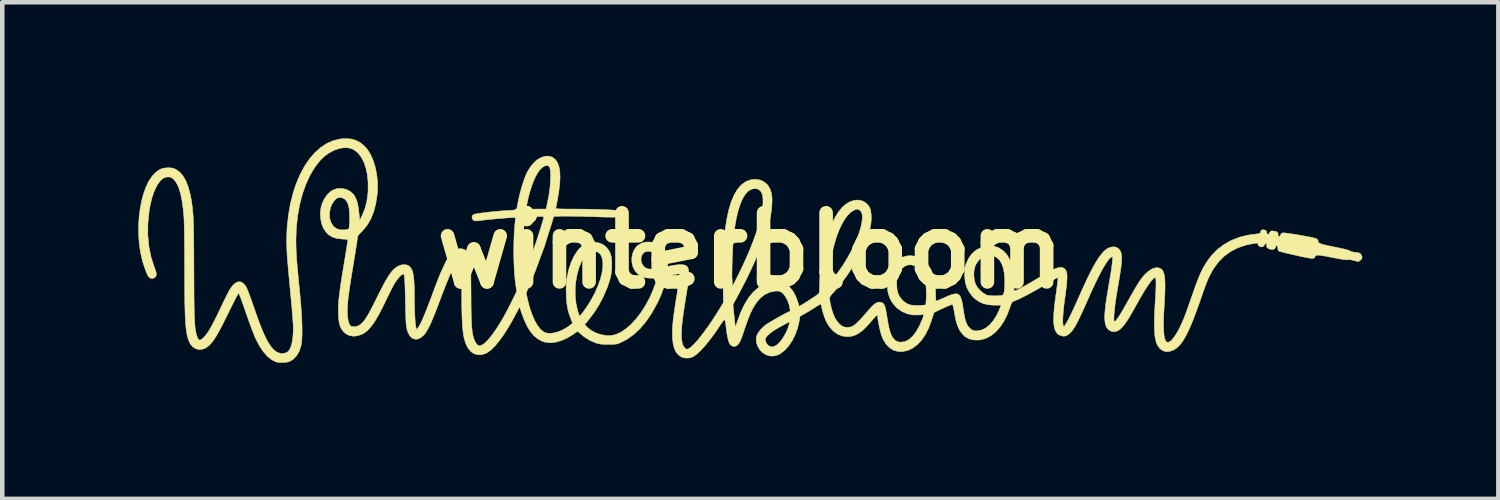
<source format=kicad_pcb>
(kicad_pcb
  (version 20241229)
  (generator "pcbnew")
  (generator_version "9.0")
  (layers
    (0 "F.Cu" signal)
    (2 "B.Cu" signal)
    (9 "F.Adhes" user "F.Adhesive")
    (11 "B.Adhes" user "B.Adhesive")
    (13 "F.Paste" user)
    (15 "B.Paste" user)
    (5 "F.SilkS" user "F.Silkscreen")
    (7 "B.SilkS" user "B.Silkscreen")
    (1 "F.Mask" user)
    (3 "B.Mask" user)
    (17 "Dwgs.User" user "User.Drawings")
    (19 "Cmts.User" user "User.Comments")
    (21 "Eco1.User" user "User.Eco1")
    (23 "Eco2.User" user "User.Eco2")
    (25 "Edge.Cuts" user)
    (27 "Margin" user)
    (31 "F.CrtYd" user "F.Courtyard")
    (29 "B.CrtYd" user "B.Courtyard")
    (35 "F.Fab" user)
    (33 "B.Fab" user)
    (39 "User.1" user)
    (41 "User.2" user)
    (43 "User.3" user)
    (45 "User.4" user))
  (footprint "winterbloom"
    (layer "F.Cu")
    (at 13.494 2.476)
    (property "Reference" "winterbloom" (at 0 0 0) (layer "F.SilkS") (effects (font (size 1.524 1.524) (thickness 0.3))))
    (attr through_hole)
    (fp_poly (pts (xy -8.809 -2.463) (xy -8.702 -2.434) (xy -8.605 -2.384) (xy -8.523 -2.319) (xy -8.443 -2.231) (xy -8.374 -2.119) (xy -8.316 -1.988) (xy -8.271 -1.843) (xy -8.239 -1.686) (xy -8.221 -1.522) (xy -8.219 -1.355) (xy -8.227 -1.241) (xy -8.258 -1.038) (xy -8.305 -0.856) (xy -8.37 -0.696) (xy -8.453 -0.556) (xy -8.553 -0.435) (xy -8.572 -0.416) (xy -8.614 -0.374) (xy -8.641 -0.344) (xy -8.656 -0.316) (xy -8.664 -0.283) (xy -8.669 -0.236) (xy -8.67 -0.232) (xy -8.674 -0.195) (xy -8.683 -0.135) (xy -8.696 -0.054) (xy -8.711 0.043) (xy -8.729 0.152) (xy -8.748 0.268) (xy -8.764 0.367) (xy -8.785 0.493) (xy -8.806 0.62) (xy -8.825 0.743) (xy -8.842 0.856) (xy -8.856 0.955) (xy -8.866 1.034) (xy -8.871 1.072) (xy -8.882 1.212) (xy -8.886 1.338) (xy -8.881 1.447) (xy -8.869 1.538) (xy -8.849 1.607) (xy -8.822 1.652) (xy -8.805 1.666) (xy -8.753 1.679) (xy -8.692 1.673) (xy -8.631 1.65) (xy -8.622 1.644) (xy -8.585 1.617) (xy -8.549 1.584) (xy -8.512 1.54) (xy -8.473 1.484) (xy -8.43 1.412) (xy -8.38 1.324) (xy -8.323 1.214) (xy -8.257 1.082) (xy -8.245 1.058) (xy -8.17 0.908) (xy -8.105 0.781) (xy -8.048 0.675) (xy -7.997 0.588) (xy -7.951 0.518) (xy -7.908 0.461) (xy -7.867 0.416) (xy -7.825 0.38) (xy -7.781 0.35) (xy -7.75 0.333) (xy -7.695 0.315) (xy -7.632 0.309) (xy -7.575 0.315) (xy -7.548 0.325) (xy -7.513 0.35) (xy -7.483 0.384) (xy -7.459 0.429) (xy -7.441 0.489) (xy -7.427 0.566) (xy -7.417 0.662) (xy -7.411 0.779) (xy -7.408 0.921) (xy -7.408 1.005) (xy -7.407 1.142) (xy -7.404 1.272) (xy -7.4 1.392) (xy -7.394 1.498) (xy -7.388 1.587) (xy -7.38 1.655) (xy -7.371 1.7) (xy -7.369 1.707) (xy -7.357 1.74) (xy -7.328 1.699) (xy -7.305 1.665) (xy -7.282 1.625) (xy -7.258 1.577) (xy -7.23 1.519) (xy -7.2 1.447) (xy -7.164 1.361) (xy -7.123 1.257) (xy -7.076 1.133) (xy -7.021 0.988) (xy -6.958 0.818) (xy -6.956 0.811) (xy -6.895 0.652) (xy -6.835 0.506) (xy -6.777 0.374) (xy -6.723 0.261) (xy -6.673 0.168) (xy -6.628 0.098) (xy -6.605 0.069) (xy -6.539 0.008) (xy -6.47 -0.031) (xy -6.4 -0.045) (xy -6.334 -0.035) (xy -6.293 -0.014) (xy -6.26 0.014) (xy -6.235 0.05) (xy -6.214 0.099) (xy -6.195 0.167) (xy -6.186 0.205) (xy -6.18 0.235) (xy -6.175 0.269) (xy -6.171 0.308) (xy -6.168 0.356) (xy -6.165 0.416) (xy -6.163 0.49) (xy -6.162 0.582) (xy -6.161 0.694) (xy -6.16 0.829) (xy -6.159 0.967) (xy -6.158 1.143) (xy -6.157 1.294) (xy -6.154 1.422) (xy -6.151 1.531) (xy -6.147 1.622) (xy -6.142 1.698) (xy -6.135 1.763) (xy -6.127 1.819) (xy -6.117 1.869) (xy -6.105 1.915) (xy -6.102 1.925) (xy -6.077 1.992) (xy -6.045 2.047) (xy -6.011 2.085) (xy -5.988 2.097) (xy -5.945 2.094) (xy -5.892 2.066) (xy -5.831 2.016) (xy -5.763 1.943) (xy -5.689 1.85) (xy -5.61 1.738) (xy -5.527 1.609) (xy -5.441 1.464) (xy -5.354 1.304) (xy -5.267 1.132) (xy -5.258 1.114) (xy -5.152 0.896) (xy -5.172 0.77) (xy -5.189 0.632) (xy -5.203 0.472) (xy -5.212 0.297) (xy -5.217 0.113) (xy -5.217 0.057) (xy -5.011 0.057) (xy -5.011 0.166) (xy -5.009 0.265) (xy -5.006 0.351) (xy -5.002 0.42) (xy -5.001 0.428) (xy -4.991 0.526) (xy -4.93 0.372) (xy -4.903 0.304) (xy -4.87 0.218) (xy -4.835 0.124) (xy -4.8 0.029) (xy -4.784 -0.015) (xy -4.753 -0.105) (xy -4.72 -0.201) (xy -4.687 -0.3) (xy -4.656 -0.398) (xy -4.626 -0.49) (xy -4.601 -0.574) (xy -4.58 -0.644) (xy -4.565 -0.697) (xy -4.558 -0.729) (xy -4.558 -0.734) (xy -4.561 -0.743) (xy -4.571 -0.749) (xy -4.595 -0.752) (xy -4.634 -0.753) (xy -4.695 -0.752) (xy -4.759 -0.751) (xy -4.831 -0.747) (xy -4.894 -0.743) (xy -4.94 -0.738) (xy -4.965 -0.733) (xy -4.968 -0.732) (xy -4.975 -0.707) (xy -4.982 -0.657) (xy -4.989 -0.587) (xy -4.994 -0.5) (xy -5 -0.4) (xy -5.004 -0.29) (xy -5.007 -0.175) (xy -5.009 -0.058) (xy -5.011 0.057) (xy -5.217 0.057) (xy -5.217 -0.073) (xy -5.213 -0.257) (xy -5.205 -0.43) (xy -5.193 -0.577) (xy -5.187 -0.638) (xy -5.183 -0.688) (xy -5.183 -0.72) (xy -5.184 -0.729) (xy -5.2 -0.731) (xy -5.239 -0.729) (xy -5.298 -0.726) (xy -5.372 -0.721) (xy -5.456 -0.714) (xy -5.546 -0.707) (xy -5.638 -0.699) (xy -5.726 -0.69) (xy -5.808 -0.682) (xy -5.878 -0.674) (xy -5.917 -0.669) (xy -5.986 -0.66) (xy -6.033 -0.655) (xy -6.064 -0.655) (xy -6.085 -0.66) (xy -6.103 -0.669) (xy -6.104 -0.67) (xy -6.132 -0.702) (xy -6.139 -0.742) (xy -6.124 -0.779) (xy -6.107 -0.796) (xy -6.082 -0.804) (xy -6.034 -0.814) (xy -5.966 -0.825) (xy -5.883 -0.836) (xy -5.789 -0.847) (xy -5.688 -0.858) (xy -5.585 -0.868) (xy -5.485 -0.876) (xy -5.405 -0.882) (xy -5.315 -0.887) (xy -5.25 -0.891) (xy -5.205 -0.897) (xy -5.175 -0.907) (xy -5.158 -0.921) (xy -5.15 -0.937) (xy -4.938 -0.937) (xy -4.934 -0.914) (xy -4.923 -0.907) (xy -4.917 -0.909) (xy -4.895 -0.912) (xy -4.851 -0.914) (xy -4.79 -0.916) (xy -4.719 -0.917) (xy -4.7 -0.917) (xy -4.506 -0.917) (xy -4.489 -0.991) (xy -4.445 -1.202) (xy -4.418 -1.399) (xy -4.407 -1.559) (xy -4.405 -1.667) (xy -4.408 -1.748) (xy -4.417 -1.808) (xy -4.431 -1.847) (xy -4.453 -1.868) (xy -4.471 -1.874) (xy -4.529 -1.869) (xy -4.587 -1.836) (xy -4.644 -1.779) (xy -4.701 -1.697) (xy -4.755 -1.594) (xy -4.807 -1.47) (xy -4.854 -1.326) (xy -4.897 -1.165) (xy -4.903 -1.136) (xy -4.923 -1.046) (xy -4.934 -0.981) (xy -4.938 -0.937) (xy -5.15 -0.937) (xy -5.148 -0.942) (xy -5.142 -0.971) (xy -5.137 -0.999) (xy -5.112 -1.126) (xy -5.081 -1.258) (xy -5.045 -1.39) (xy -5.006 -1.515) (xy -4.966 -1.626) (xy -4.927 -1.717) (xy -4.917 -1.737) (xy -4.87 -1.816) (xy -4.814 -1.893) (xy -4.753 -1.959) (xy -4.697 -2.008) (xy -4.695 -2.008) (xy -4.604 -2.058) (xy -4.517 -2.083) (xy -4.435 -2.083) (xy -4.361 -2.058) (xy -4.299 -2.008) (xy -4.257 -1.949) (xy -4.222 -1.861) (xy -4.202 -1.752) (xy -4.196 -1.619) (xy -4.204 -1.464) (xy -4.226 -1.284) (xy -4.255 -1.115) (xy -4.268 -1.047) (xy -4.279 -0.99) (xy -4.287 -0.949) (xy -4.29 -0.929) (xy -4.29 -0.928) (xy -4.276 -0.925) (xy -4.238 -0.922) (xy -4.179 -0.92) (xy -4.103 -0.918) (xy -4.012 -0.917) (xy -3.912 -0.917) (xy -3.905 -0.917) (xy -3.748 -0.916) (xy -3.596 -0.914) (xy -3.451 -0.911) (xy -3.318 -0.907) (xy -3.197 -0.903) (xy -3.093 -0.898) (xy -3.006 -0.892) (xy -2.941 -0.886) (xy -2.899 -0.879) (xy -2.885 -0.874) (xy -2.867 -0.844) (xy -2.865 -0.804) (xy -2.876 -0.767) (xy -2.895 -0.747) (xy -2.91 -0.743) (xy -2.94 -0.74) (xy -2.987 -0.738) (xy -3.052 -0.738) (xy -3.138 -0.739) (xy -3.246 -0.741) (xy -3.38 -0.745) (xy -3.47 -0.748) (xy -3.599 -0.751) (xy -3.726 -0.755) (xy -3.846 -0.757) (xy -3.956 -0.759) (xy -4.05 -0.76) (xy -4.125 -0.76) (xy -4.175 -0.76) (xy -4.336 -0.755) (xy -4.377 -0.614) (xy -4.543 -0.088) (xy -4.734 0.429) (xy -4.841 0.69) (xy -4.944 0.934) (xy -4.912 1.075) (xy -4.868 1.248) (xy -4.816 1.401) (xy -4.76 1.533) (xy -4.698 1.643) (xy -4.632 1.728) (xy -4.563 1.788) (xy -4.54 1.801) (xy -4.473 1.822) (xy -4.39 1.823) (xy -4.298 1.807) (xy -4.199 1.774) (xy -4.1 1.727) (xy -4.004 1.666) (xy -3.96 1.632) (xy -3.92 1.598) (xy -3.957 1.504) (xy -3.994 1.405) (xy -4.021 1.314) (xy -4.039 1.222) (xy -4.052 1.121) (xy -4.059 1.002) (xy -4.06 0.964) (xy -4.063 0.858) (xy -4.062 0.842) (xy -3.862 0.842) (xy -3.861 1.006) (xy -3.844 1.164) (xy -3.812 1.312) (xy -3.782 1.404) (xy -3.765 1.446) (xy -3.723 1.397) (xy -3.696 1.364) (xy -3.66 1.315) (xy -3.62 1.258) (xy -3.595 1.221) (xy -3.504 1.073) (xy -3.425 0.923) (xy -3.36 0.774) (xy -3.308 0.63) (xy -3.273 0.493) (xy -3.254 0.368) (xy -3.253 0.259) (xy -3.258 0.215) (xy -3.281 0.131) (xy -3.313 0.071) (xy -3.359 0.034) (xy -3.421 0.016) (xy -3.46 0.014) (xy -3.531 0.027) (xy -3.596 0.064) (xy -3.655 0.129) (xy -3.656 0.13) (xy -3.724 0.242) (xy -3.779 0.374) (xy -3.82 0.522) (xy -3.848 0.679) (xy -3.862 0.842) (xy -4.062 0.842) (xy -4.062 0.771) (xy -4.057 0.696) (xy -4.049 0.624) (xy -4.044 0.594) (xy -4.005 0.416) (xy -3.951 0.255) (xy -3.884 0.113) (xy -3.804 -0.006) (xy -3.771 -0.044) (xy -3.698 -0.113) (xy -3.626 -0.158) (xy -3.548 -0.182) (xy -3.464 -0.188) (xy -3.354 -0.175) (xy -3.259 -0.139) (xy -3.179 -0.079) (xy -3.116 0.002) (xy -3.083 0.072) (xy -3.066 0.141) (xy -3.057 0.229) (xy -3.055 0.329) (xy -3.06 0.433) (xy -3.073 0.534) (xy -3.088 0.605) (xy -3.15 0.8) (xy -3.234 0.998) (xy -3.336 1.193) (xy -3.453 1.377) (xy -3.576 1.538) (xy -3.654 1.63) (xy -3.594 1.691) (xy -3.512 1.757) (xy -3.411 1.811) (xy -3.299 1.85) (xy -3.184 1.871) (xy -3.073 1.872) (xy -3.063 1.871) (xy -2.959 1.846) (xy -2.851 1.796) (xy -2.742 1.722) (xy -2.632 1.627) (xy -2.525 1.511) (xy -2.422 1.379) (xy -2.325 1.231) (xy -2.236 1.069) (xy -2.216 1.028) (xy -2.191 0.974) (xy -2.164 0.909) (xy -2.136 0.838) (xy -2.11 0.769) (xy -2.087 0.705) (xy -2.07 0.654) (xy -2.061 0.62) (xy -2.06 0.613) (xy -2.073 0.61) (xy -2.108 0.608) (xy -2.159 0.607) (xy -2.186 0.607) (xy -2.283 0.602) (xy -2.362 0.584) (xy -2.429 0.553) (xy -2.489 0.507) (xy -2.55 0.437) (xy -2.591 0.352) (xy -2.612 0.259) (xy -2.614 0.208) (xy -2.411 0.208) (xy -2.396 0.274) (xy -2.363 0.334) (xy -2.316 0.377) (xy -2.255 0.402) (xy -2.176 0.409) (xy -2.086 0.4) (xy -2.052 0.39) (xy -2.032 0.369) (xy -2.025 0.332) (xy -2.028 0.276) (xy -2.034 0.235) (xy -2.052 0.154) (xy -2.078 0.096) (xy -2.115 0.055) (xy -2.135 0.042) (xy -2.186 0.022) (xy -2.246 0.015) (xy -2.302 0.021) (xy -2.339 0.036) (xy -2.383 0.083) (xy -2.407 0.142) (xy -2.411 0.208) (xy -2.614 0.208) (xy -2.615 0.163) (xy -2.598 0.069) (xy -2.563 -0.017) (xy -2.509 -0.091) (xy -2.468 -0.126) (xy -2.385 -0.17) (xy -2.293 -0.191) (xy -2.198 -0.189) (xy -2.105 -0.166) (xy -2.02 -0.123) (xy -1.946 -0.061) (xy -1.89 0.017) (xy -1.888 0.021) (xy -1.858 0.094) (xy -1.835 0.18) (xy -1.822 0.263) (xy -1.821 0.291) (xy -1.82 0.349) (xy -1.73 0.33) (xy -1.636 0.315) (xy -1.551 0.308) (xy -1.481 0.311) (xy -1.431 0.323) (xy -1.421 0.329) (xy -1.397 0.348) (xy -1.379 0.375) (xy -1.367 0.41) (xy -1.36 0.457) (xy -1.358 0.517) (xy -1.362 0.594) (xy -1.372 0.689) (xy -1.387 0.805) (xy -1.409 0.944) (xy -1.432 1.087) (xy -1.462 1.277) (xy -1.486 1.443) (xy -1.504 1.586) (xy -1.515 1.709) (xy -1.52 1.814) (xy -1.519 1.903) (xy -1.513 1.979) (xy -1.5 2.044) (xy -1.496 2.06) (xy -1.475 2.107) (xy -1.445 2.146) (xy -1.412 2.169) (xy -1.396 2.173) (xy -1.359 2.161) (xy -1.31 2.126) (xy -1.25 2.07) (xy -1.181 1.995) (xy -1.105 1.903) (xy -1.022 1.795) (xy -0.934 1.674) (xy -0.843 1.541) (xy -0.75 1.397) (xy -0.705 1.325) (xy -0.596 1.147) (xy -0.603 0.683) (xy -0.604 0.493) (xy -0.406 0.493) (xy -0.406 0.581) (xy -0.403 0.642) (xy -0.392 0.783) (xy -0.287 0.574) (xy -0.242 0.482) (xy -0.192 0.379) (xy -0.143 0.275) (xy -0.101 0.182) (xy -0.093 0.165) (xy -0.015 -0.016) (xy 0.057 -0.198) (xy 0.121 -0.374) (xy 0.174 -0.536) (xy 0.189 -0.589) (xy 0.234 -0.762) (xy 0.264 -0.915) (xy 0.278 -1.047) (xy 0.277 -1.156) (xy 0.261 -1.243) (xy 0.229 -1.308) (xy 0.182 -1.35) (xy 0.12 -1.368) (xy 0.1 -1.369) (xy 0.024 -1.355) (xy -0.046 -1.314) (xy -0.111 -1.245) (xy -0.17 -1.15) (xy -0.223 -1.027) (xy -0.271 -0.878) (xy -0.312 -0.703) (xy -0.347 -0.502) (xy -0.359 -0.409) (xy -0.368 -0.326) (xy -0.377 -0.224) (xy -0.385 -0.108) (xy -0.392 0.016) (xy -0.398 0.144) (xy -0.402 0.269) (xy -0.405 0.388) (xy -0.406 0.493) (xy -0.604 0.493) (xy -0.604 0.351) (xy -0.596 0.046) (xy -0.579 -0.232) (xy -0.554 -0.484) (xy -0.518 -0.709) (xy -0.474 -0.909) (xy -0.421 -1.081) (xy -0.358 -1.228) (xy -0.287 -1.349) (xy -0.206 -1.444) (xy -0.116 -1.513) (xy -0.075 -1.534) (xy 0.021 -1.565) (xy 0.118 -1.573) (xy 0.211 -1.558) (xy 0.295 -1.521) (xy 0.365 -1.465) (xy 0.405 -1.412) (xy 0.439 -1.345) (xy 0.462 -1.273) (xy 0.475 -1.191) (xy 0.478 -1.092) (xy 0.475 -1.016) (xy 0.464 -0.887) (xy 0.441 -0.751) (xy 0.408 -0.605) (xy 0.361 -0.445) (xy 0.301 -0.269) (xy 0.227 -0.072) (xy 0.218 -0.049) (xy 0.075 0.289) (xy -0.089 0.634) (xy -0.235 0.915) (xy -0.384 1.188) (xy -0.36 1.43) (xy -0.351 1.509) (xy -0.344 1.578) (xy -0.338 1.632) (xy -0.333 1.666) (xy -0.331 1.677) (xy -0.326 1.666) (xy -0.313 1.635) (xy -0.297 1.588) (xy -0.289 1.564) (xy -0.214 1.362) (xy -0.131 1.187) (xy -0.04 1.039) (xy 0.06 0.917) (xy 0.167 0.821) (xy 0.284 0.751) (xy 0.41 0.707) (xy 0.546 0.688) (xy 0.572 0.687) (xy 0.679 0.698) (xy 0.776 0.735) (xy 0.861 0.798) (xy 0.935 0.886) (xy 0.998 1) (xy 1.044 1.126) (xy 1.075 1.227) (xy 1.141 1.19) (xy 1.179 1.167) (xy 1.231 1.134) (xy 1.293 1.095) (xy 1.356 1.053) (xy 1.416 1.013) (xy 1.465 0.98) (xy 1.497 0.957) (xy 1.499 0.955) (xy 1.51 0.942) (xy 1.518 0.92) (xy 1.522 0.885) (xy 1.524 0.831) (xy 1.524 0.782) (xy 1.526 0.727) (xy 1.733 0.727) (xy 1.77 0.684) (xy 1.793 0.656) (xy 1.829 0.612) (xy 1.871 0.558) (xy 1.91 0.507) (xy 2.014 0.362) (xy 2.112 0.207) (xy 2.203 0.047) (xy 2.284 -0.113) (xy 2.352 -0.27) (xy 2.406 -0.418) (xy 2.444 -0.553) (xy 2.455 -0.61) (xy 2.467 -0.707) (xy 2.467 -0.782) (xy 2.454 -0.838) (xy 2.428 -0.878) (xy 2.397 -0.902) (xy 2.371 -0.913) (xy 2.346 -0.914) (xy 2.31 -0.903) (xy 2.297 -0.898) (xy 2.224 -0.857) (xy 2.153 -0.789) (xy 2.084 -0.699) (xy 2.019 -0.588) (xy 1.958 -0.459) (xy 1.903 -0.315) (xy 1.854 -0.157) (xy 1.812 0.011) (xy 1.779 0.186) (xy 1.755 0.367) (xy 1.741 0.55) (xy 1.733 0.727) (xy 1.526 0.727) (xy 1.531 0.569) (xy 1.549 0.357) (xy 1.578 0.15) (xy 1.618 -0.05) (xy 1.667 -0.241) (xy 1.725 -0.419) (xy 1.791 -0.582) (xy 1.863 -0.727) (xy 1.941 -0.853) (xy 2.025 -0.955) (xy 2.097 -1.019) (xy 2.188 -1.075) (xy 2.281 -1.107) (xy 2.371 -1.116) (xy 2.456 -1.101) (xy 2.532 -1.064) (xy 2.595 -1.004) (xy 2.629 -0.953) (xy 2.651 -0.889) (xy 2.663 -0.805) (xy 2.666 -0.71) (xy 2.659 -0.608) (xy 2.641 -0.509) (xy 2.639 -0.5) (xy 2.576 -0.292) (xy 2.49 -0.077) (xy 2.382 0.142) (xy 2.257 0.359) (xy 2.115 0.57) (xy 1.96 0.772) (xy 1.85 0.9) (xy 1.803 0.951) (xy 1.773 0.988) (xy 1.756 1.015) (xy 1.748 1.038) (xy 1.747 1.063) (xy 1.748 1.076) (xy 1.758 1.144) (xy 1.776 1.228) (xy 1.801 1.317) (xy 1.828 1.4) (xy 1.856 1.467) (xy 1.86 1.476) (xy 1.903 1.547) (xy 1.955 1.609) (xy 2.01 1.656) (xy 2.051 1.678) (xy 2.122 1.692) (xy 2.199 1.686) (xy 2.255 1.666) (xy 2.305 1.632) (xy 2.37 1.573) (xy 2.45 1.49) (xy 2.544 1.384) (xy 2.586 1.334) (xy 2.657 1.252) (xy 2.718 1.193) (xy 2.77 1.155) (xy 2.817 1.136) (xy 2.862 1.135) (xy 2.876 1.137) (xy 2.907 1.149) (xy 2.932 1.168) (xy 2.952 1.198) (xy 2.969 1.243) (xy 2.985 1.307) (xy 3.001 1.393) (xy 3.012 1.462) (xy 3.034 1.592) (xy 3.055 1.697) (xy 3.078 1.782) (xy 3.102 1.85) (xy 3.129 1.903) (xy 3.141 1.921) (xy 3.19 1.977) (xy 3.247 2.008) (xy 3.319 2.018) (xy 3.325 2.018) (xy 3.411 2.004) (xy 3.493 1.962) (xy 3.572 1.893) (xy 3.647 1.797) (xy 3.718 1.674) (xy 3.726 1.658) (xy 3.755 1.595) (xy 3.781 1.535) (xy 3.801 1.486) (xy 3.808 1.463) (xy 3.822 1.409) (xy 3.721 1.418) (xy 3.587 1.418) (xy 3.459 1.392) (xy 3.342 1.342) (xy 3.238 1.27) (xy 3.211 1.244) (xy 3.129 1.147) (xy 3.071 1.041) (xy 3.034 0.922) (xy 3.018 0.787) (xy 3.017 0.734) (xy 3.017 0.709) (xy 3.225 0.709) (xy 3.225 0.727) (xy 3.231 0.836) (xy 3.249 0.926) (xy 3.283 1.002) (xy 3.333 1.07) (xy 3.352 1.091) (xy 3.413 1.144) (xy 3.476 1.18) (xy 3.548 1.201) (xy 3.635 1.209) (xy 3.708 1.209) (xy 3.769 1.206) (xy 3.82 1.202) (xy 3.853 1.197) (xy 3.863 1.194) (xy 3.867 1.176) (xy 3.871 1.136) (xy 3.875 1.079) (xy 3.878 1.01) (xy 3.878 0.99) (xy 3.875 0.823) (xy 3.858 0.68) (xy 3.825 0.561) (xy 3.778 0.464) (xy 3.715 0.391) (xy 3.638 0.339) (xy 3.634 0.337) (xy 3.552 0.313) (xy 3.473 0.316) (xy 3.399 0.345) (xy 3.333 0.399) (xy 3.276 0.477) (xy 3.257 0.515) (xy 3.241 0.554) (xy 3.231 0.594) (xy 3.226 0.643) (xy 3.225 0.709) (xy 3.017 0.709) (xy 3.018 0.652) (xy 3.024 0.588) (xy 3.036 0.532) (xy 3.047 0.494) (xy 3.1 0.373) (xy 3.169 0.273) (xy 3.251 0.197) (xy 3.347 0.144) (xy 3.455 0.116) (xy 3.522 0.111) (xy 3.638 0.122) (xy 3.738 0.155) (xy 3.826 0.213) (xy 3.904 0.297) (xy 3.915 0.31) (xy 3.981 0.417) (xy 4.03 0.536) (xy 4.062 0.67) (xy 4.08 0.823) (xy 4.084 0.928) (xy 4.085 1.005) (xy 4.087 1.058) (xy 4.09 1.09) (xy 4.095 1.106) (xy 4.103 1.11) (xy 4.106 1.11) (xy 4.127 1.101) (xy 4.167 1.084) (xy 4.222 1.06) (xy 4.284 1.032) (xy 4.285 1.032) (xy 4.384 0.989) (xy 4.464 0.961) (xy 4.527 0.95) (xy 4.575 0.958) (xy 4.612 0.986) (xy 4.64 1.037) (xy 4.663 1.111) (xy 4.682 1.211) (xy 4.692 1.281) (xy 4.711 1.401) (xy 4.73 1.496) (xy 4.752 1.572) (xy 4.777 1.631) (xy 4.808 1.678) (xy 4.845 1.716) (xy 4.865 1.732) (xy 4.901 1.755) (xy 4.937 1.766) (xy 4.986 1.769) (xy 4.995 1.769) (xy 5.091 1.752) (xy 5.183 1.71) (xy 5.271 1.641) (xy 5.352 1.548) (xy 5.426 1.432) (xy 5.481 1.316) (xy 5.53 1.202) (xy 5.386 1.203) (xy 5.25 1.194) (xy 5.132 1.167) (xy 5.03 1.119) (xy 4.939 1.051) (xy 4.902 1.014) (xy 4.826 0.916) (xy 4.772 0.814) (xy 4.738 0.7) (xy 4.724 0.571) (xy 4.723 0.536) (xy 4.926 0.536) (xy 4.936 0.638) (xy 4.96 0.73) (xy 4.967 0.745) (xy 5.007 0.812) (xy 5.064 0.877) (xy 5.13 0.934) (xy 5.198 0.973) (xy 5.219 0.981) (xy 5.263 0.989) (xy 5.324 0.995) (xy 5.393 0.997) (xy 5.461 0.995) (xy 5.519 0.991) (xy 5.56 0.982) (xy 5.562 0.981) (xy 5.581 0.959) (xy 5.594 0.909) (xy 5.603 0.833) (xy 5.608 0.731) (xy 5.608 0.656) (xy 5.599 0.511) (xy 5.576 0.387) (xy 5.539 0.283) (xy 5.488 0.202) (xy 5.424 0.144) (xy 5.354 0.113) (xy 5.265 0.101) (xy 5.179 0.116) (xy 5.1 0.155) (xy 5.031 0.216) (xy 4.976 0.297) (xy 4.953 0.348) (xy 4.932 0.436) (xy 4.926 0.536) (xy 4.723 0.536) (xy 4.723 0.515) (xy 4.725 0.441) (xy 4.73 0.384) (xy 4.741 0.334) (xy 4.759 0.28) (xy 4.761 0.276) (xy 4.82 0.155) (xy 4.894 0.057) (xy 4.984 -0.017) (xy 5.089 -0.067) (xy 5.209 -0.094) (xy 5.292 -0.099) (xy 5.355 -0.097) (xy 5.403 -0.089) (xy 5.449 -0.073) (xy 5.486 -0.056) (xy 5.577 0.004) (xy 5.654 0.086) (xy 5.717 0.192) (xy 5.768 0.322) (xy 5.781 0.367) (xy 5.793 0.417) (xy 5.8 0.476) (xy 5.805 0.548) (xy 5.806 0.641) (xy 5.807 0.674) (xy 5.808 0.769) (xy 5.81 0.836) (xy 5.815 0.876) (xy 5.822 0.889) (xy 5.822 0.889) (xy 5.845 0.882) (xy 5.889 0.862) (xy 5.949 0.832) (xy 6.023 0.792) (xy 6.106 0.746) (xy 6.195 0.694) (xy 6.287 0.64) (xy 6.329 0.614) (xy 6.456 0.538) (xy 6.563 0.476) (xy 6.651 0.43) (xy 6.724 0.397) (xy 6.783 0.377) (xy 6.831 0.368) (xy 6.87 0.371) (xy 6.903 0.383) (xy 6.913 0.39) (xy 6.938 0.412) (xy 6.958 0.439) (xy 6.972 0.475) (xy 6.98 0.521) (xy 6.982 0.582) (xy 6.979 0.658) (xy 6.971 0.754) (xy 6.957 0.872) (xy 6.938 1.015) (xy 6.936 1.03) (xy 6.915 1.189) (xy 6.9 1.329) (xy 6.891 1.447) (xy 6.887 1.542) (xy 6.89 1.612) (xy 6.899 1.657) (xy 6.899 1.658) (xy 6.907 1.672) (xy 6.918 1.669) (xy 6.935 1.645) (xy 6.945 1.63) (xy 6.976 1.579) (xy 7.005 1.528) (xy 7.034 1.472) (xy 7.066 1.408) (xy 7.102 1.333) (xy 7.144 1.241) (xy 7.194 1.129) (xy 7.232 1.044) (xy 7.325 0.837) (xy 7.409 0.655) (xy 7.486 0.496) (xy 7.557 0.36) (xy 7.622 0.246) (xy 7.683 0.151) (xy 7.741 0.074) (xy 7.795 0.014) (xy 7.848 -0.031) (xy 7.901 -0.061) (xy 7.954 -0.078) (xy 8.008 -0.085) (xy 8.014 -0.085) (xy 8.075 -0.071) (xy 8.126 -0.035) (xy 8.162 0.018) (xy 8.17 0.04) (xy 8.179 0.077) (xy 8.184 0.116) (xy 8.187 0.162) (xy 8.186 0.215) (xy 8.181 0.279) (xy 8.172 0.357) (xy 8.159 0.451) (xy 8.141 0.565) (xy 8.118 0.701) (xy 8.091 0.861) (xy 8.069 0.99) (xy 8.051 1.113) (xy 8.036 1.228) (xy 8.025 1.33) (xy 8.017 1.418) (xy 8.014 1.488) (xy 8.016 1.537) (xy 8.022 1.563) (xy 8.027 1.566) (xy 8.047 1.554) (xy 8.079 1.516) (xy 8.122 1.454) (xy 8.177 1.366) (xy 8.244 1.253) (xy 8.322 1.114) (xy 8.327 1.105) (xy 8.399 0.978) (xy 8.459 0.872) (xy 8.509 0.786) (xy 8.553 0.716) (xy 8.591 0.658) (xy 8.625 0.61) (xy 8.658 0.569) (xy 8.691 0.532) (xy 8.697 0.526) (xy 8.776 0.453) (xy 8.854 0.403) (xy 8.928 0.378) (xy 8.995 0.377) (xy 9.051 0.4) (xy 9.078 0.423) (xy 9.1 0.457) (xy 9.117 0.502) (xy 9.13 0.56) (xy 9.138 0.635) (xy 9.142 0.729) (xy 9.141 0.842) (xy 9.137 0.978) (xy 9.129 1.139) (xy 9.123 1.228) (xy 9.113 1.414) (xy 9.109 1.573) (xy 9.109 1.707) (xy 9.115 1.815) (xy 9.125 1.9) (xy 9.142 1.962) (xy 9.163 2.002) (xy 9.171 2.009) (xy 9.203 2.022) (xy 9.242 2.009) (xy 9.287 1.972) (xy 9.337 1.913) (xy 9.39 1.834) (xy 9.446 1.736) (xy 9.502 1.62) (xy 9.559 1.489) (xy 9.566 1.47) (xy 9.587 1.416) (xy 9.615 1.341) (xy 9.647 1.251) (xy 9.682 1.152) (xy 9.717 1.05) (xy 9.737 0.993) (xy 9.795 0.826) (xy 9.848 0.683) (xy 9.897 0.56) (xy 9.945 0.454) (xy 9.994 0.36) (xy 10.044 0.276) (xy 10.098 0.197) (xy 10.158 0.12) (xy 10.173 0.102) (xy 10.295 -0.024) (xy 10.438 -0.133) (xy 10.597 -0.223) (xy 10.769 -0.292) (xy 10.949 -0.339) (xy 11.049 -0.354) (xy 11.127 -0.363) (xy 11.181 -0.371) (xy 11.216 -0.377) (xy 11.235 -0.384) (xy 11.244 -0.393) (xy 11.247 -0.404) (xy 11.247 -0.408) (xy 11.258 -0.443) (xy 11.288 -0.46) (xy 11.333 -0.457) (xy 11.335 -0.457) (xy 11.368 -0.442) (xy 11.382 -0.417) (xy 11.385 -0.398) (xy 11.394 -0.363) (xy 11.411 -0.355) (xy 11.433 -0.374) (xy 11.448 -0.397) (xy 11.465 -0.424) (xy 11.484 -0.435) (xy 11.513 -0.435) (xy 11.539 -0.432) (xy 11.591 -0.422) (xy 11.62 -0.405) (xy 11.633 -0.377) (xy 11.635 -0.35) (xy 11.64 -0.313) (xy 11.653 -0.303) (xy 11.672 -0.32) (xy 11.684 -0.343) (xy 11.709 -0.379) (xy 11.744 -0.393) (xy 11.745 -0.393) (xy 11.769 -0.392) (xy 11.817 -0.386) (xy 11.884 -0.377) (xy 11.966 -0.365) (xy 12.058 -0.35) (xy 12.126 -0.339) (xy 12.241 -0.318) (xy 12.332 -0.301) (xy 12.401 -0.286) (xy 12.45 -0.273) (xy 12.484 -0.259) (xy 12.504 -0.245) (xy 12.514 -0.229) (xy 12.517 -0.212) (xy 12.52 -0.193) (xy 12.531 -0.176) (xy 12.554 -0.161) (xy 12.592 -0.146) (xy 12.646 -0.13) (xy 12.721 -0.113) (xy 12.819 -0.092) (xy 12.884 -0.079) (xy 13.003 -0.055) (xy 13.096 -0.034) (xy 13.163 -0.016) (xy 13.203 -0.003) (xy 13.215 0.005) (xy 13.24 0.019) (xy 13.29 0.031) (xy 13.333 0.036) (xy 13.388 0.043) (xy 13.422 0.051) (xy 13.445 0.065) (xy 13.462 0.085) (xy 13.486 0.132) (xy 13.484 0.171) (xy 13.455 0.206) (xy 13.447 0.213) (xy 13.403 0.244) (xy 13.302 0.216) (xy 13.233 0.2) (xy 13.187 0.197) (xy 13.172 0.201) (xy 13.149 0.203) (xy 13.105 0.199) (xy 13.037 0.19) (xy 12.945 0.173) (xy 12.829 0.151) (xy 12.722 0.13) (xy 12.64 0.115) (xy 12.578 0.105) (xy 12.534 0.1) (xy 12.504 0.099) (xy 12.485 0.102) (xy 12.48 0.104) (xy 12.455 0.122) (xy 12.446 0.137) (xy 12.435 0.157) (xy 12.418 0.169) (xy 12.403 0.172) (xy 12.375 0.171) (xy 12.331 0.165) (xy 12.269 0.154) (xy 12.186 0.138) (xy 12.079 0.115) (xy 12.034 0.104) (xy 11.936 0.082) (xy 11.847 0.062) (xy 11.77 0.043) (xy 11.709 0.028) (xy 11.668 0.017) (xy 11.652 0.012) (xy 11.634 -0.011) (xy 11.628 -0.055) (xy 11.628 -0.057) (xy 11.622 -0.095) (xy 11.609 -0.113) (xy 11.593 -0.108) (xy 11.58 -0.078) (xy 11.559 -0.04) (xy 11.521 -0.024) (xy 11.465 -0.028) (xy 11.465 -0.028) (xy 11.412 -0.049) (xy 11.384 -0.08) (xy 11.382 -0.122) (xy 11.382 -0.122) (xy 11.382 -0.148) (xy 11.368 -0.156) (xy 11.348 -0.146) (xy 11.331 -0.12) (xy 11.308 -0.092) (xy 11.274 -0.082) (xy 11.237 -0.087) (xy 11.206 -0.107) (xy 11.191 -0.138) (xy 11.19 -0.145) (xy 11.187 -0.16) (xy 11.172 -0.166) (xy 11.14 -0.164) (xy 11.123 -0.162) (xy 10.926 -0.123) (xy 10.748 -0.063) (xy 10.588 0.019) (xy 10.445 0.123) (xy 10.321 0.248) (xy 10.226 0.376) (xy 10.18 0.451) (xy 10.139 0.525) (xy 10.1 0.605) (xy 10.062 0.694) (xy 10.022 0.799) (xy 9.977 0.925) (xy 9.965 0.961) (xy 9.89 1.176) (xy 9.822 1.365) (xy 9.759 1.53) (xy 9.7 1.673) (xy 9.644 1.795) (xy 9.591 1.899) (xy 9.539 1.984) (xy 9.489 2.055) (xy 9.438 2.111) (xy 9.386 2.155) (xy 9.333 2.189) (xy 9.324 2.193) (xy 9.238 2.223) (xy 9.159 2.227) (xy 9.087 2.203) (xy 9.024 2.154) (xy 8.973 2.08) (xy 8.955 2.042) (xy 8.935 1.975) (xy 8.919 1.888) (xy 8.91 1.779) (xy 8.906 1.648) (xy 8.907 1.493) (xy 8.914 1.312) (xy 8.926 1.105) (xy 8.927 1.101) (xy 8.936 0.949) (xy 8.941 0.825) (xy 8.943 0.729) (xy 8.941 0.658) (xy 8.935 0.614) (xy 8.928 0.597) (xy 8.909 0.598) (xy 8.88 0.621) (xy 8.84 0.665) (xy 8.792 0.728) (xy 8.738 0.808) (xy 8.678 0.903) (xy 8.614 1.011) (xy 8.551 1.122) (xy 8.47 1.267) (xy 8.4 1.39) (xy 8.34 1.491) (xy 8.286 1.573) (xy 8.239 1.639) (xy 8.196 1.689) (xy 8.157 1.728) (xy 8.119 1.756) (xy 8.091 1.771) (xy 8.025 1.788) (xy 7.959 1.779) (xy 7.9 1.747) (xy 7.859 1.699) (xy 7.836 1.65) (xy 7.82 1.589) (xy 7.812 1.513) (xy 7.812 1.421) (xy 7.82 1.31) (xy 7.835 1.177) (xy 7.858 1.02) (xy 7.873 0.93) (xy 7.889 0.834) (xy 7.906 0.734) (xy 7.923 0.638) (xy 7.937 0.555) (xy 7.942 0.522) (xy 7.955 0.442) (xy 7.967 0.358) (xy 7.976 0.281) (xy 7.98 0.242) (xy 7.985 0.185) (xy 7.986 0.151) (xy 7.983 0.135) (xy 7.974 0.134) (xy 7.96 0.141) (xy 7.96 0.141) (xy 7.92 0.173) (xy 7.872 0.231) (xy 7.817 0.316) (xy 7.753 0.425) (xy 7.683 0.559) (xy 7.605 0.717) (xy 7.52 0.899) (xy 7.465 1.023) (xy 7.393 1.184) (xy 7.332 1.32) (xy 7.278 1.435) (xy 7.232 1.531) (xy 7.192 1.609) (xy 7.157 1.672) (xy 7.125 1.723) (xy 7.096 1.763) (xy 7.069 1.796) (xy 7.064 1.8) (xy 7.006 1.853) (xy 6.953 1.881) (xy 6.9 1.887) (xy 6.841 1.872) (xy 6.824 1.865) (xy 6.783 1.843) (xy 6.756 1.817) (xy 6.732 1.777) (xy 6.722 1.758) (xy 6.701 1.693) (xy 6.689 1.609) (xy 6.685 1.504) (xy 6.69 1.377) (xy 6.703 1.226) (xy 6.725 1.05) (xy 6.729 1.023) (xy 6.746 0.899) (xy 6.76 0.8) (xy 6.77 0.724) (xy 6.776 0.668) (xy 6.779 0.63) (xy 6.779 0.606) (xy 6.777 0.595) (xy 6.774 0.593) (xy 6.759 0.6) (xy 6.724 0.619) (xy 6.672 0.649) (xy 6.606 0.687) (xy 6.53 0.732) (xy 6.49 0.756) (xy 6.356 0.835) (xy 6.226 0.908) (xy 6.105 0.974) (xy 5.996 1.03) (xy 5.903 1.075) (xy 5.829 1.106) (xy 5.827 1.107) (xy 5.793 1.12) (xy 5.772 1.136) (xy 5.756 1.159) (xy 5.741 1.199) (xy 5.73 1.232) (xy 5.666 1.403) (xy 5.591 1.554) (xy 5.505 1.684) (xy 5.409 1.791) (xy 5.305 1.875) (xy 5.193 1.934) (xy 5.076 1.966) (xy 5.033 1.971) (xy 4.918 1.969) (xy 4.818 1.944) (xy 4.732 1.895) (xy 4.659 1.821) (xy 4.618 1.761) (xy 4.583 1.695) (xy 4.554 1.618) (xy 4.529 1.526) (xy 4.506 1.413) (xy 4.494 1.344) (xy 4.482 1.278) (xy 4.471 1.226) (xy 4.46 1.194) (xy 4.453 1.186) (xy 4.431 1.192) (xy 4.39 1.208) (xy 4.335 1.23) (xy 4.274 1.258) (xy 4.21 1.286) (xy 4.15 1.315) (xy 4.099 1.34) (xy 4.063 1.359) (xy 4.048 1.37) (xy 4.048 1.371) (xy 4.04 1.392) (xy 4.026 1.433) (xy 4.008 1.488) (xy 3.995 1.531) (xy 3.935 1.697) (xy 3.863 1.842) (xy 3.779 1.967) (xy 3.686 2.068) (xy 3.584 2.146) (xy 3.475 2.199) (xy 3.359 2.225) (xy 3.359 2.225) (xy 3.253 2.223) (xy 3.156 2.195) (xy 3.069 2.141) (xy 2.993 2.063) (xy 2.93 1.961) (xy 2.891 1.868) (xy 2.875 1.816) (xy 2.858 1.749) (xy 2.842 1.674) (xy 2.827 1.599) (xy 2.815 1.532) (xy 2.809 1.481) (xy 2.808 1.465) (xy 2.804 1.434) (xy 2.796 1.42) (xy 2.784 1.427) (xy 2.757 1.453) (xy 2.72 1.493) (xy 2.677 1.543) (xy 2.669 1.552) (xy 2.572 1.663) (xy 2.484 1.75) (xy 2.4 1.815) (xy 2.32 1.859) (xy 2.239 1.886) (xy 2.154 1.896) (xy 2.135 1.896) (xy 2.024 1.882) (xy 1.921 1.841) (xy 1.828 1.774) (xy 1.745 1.681) (xy 1.694 1.603) (xy 1.661 1.536) (xy 1.628 1.452) (xy 1.6 1.364) (xy 1.579 1.282) (xy 1.573 1.25) (xy 1.565 1.21) (xy 1.557 1.184) (xy 1.553 1.179) (xy 1.537 1.183) (xy 1.505 1.201) (xy 1.461 1.228) (xy 1.445 1.238) (xy 1.387 1.276) (xy 1.317 1.319) (xy 1.246 1.362) (xy 1.221 1.376) (xy 1.094 1.448) (xy 1.077 1.551) (xy 1.042 1.702) (xy 0.991 1.846) (xy 0.926 1.978) (xy 0.848 2.095) (xy 0.761 2.192) (xy 0.667 2.267) (xy 0.624 2.292) (xy 0.58 2.308) (xy 0.527 2.321) (xy 0.507 2.324) (xy 0.422 2.321) (xy 0.342 2.294) (xy 0.269 2.248) (xy 0.209 2.186) (xy 0.163 2.112) (xy 0.135 2.031) (xy 0.129 1.973) (xy 0.329 1.973) (xy 0.33 1.98) (xy 0.356 2.047) (xy 0.4 2.095) (xy 0.428 2.11) (xy 0.468 2.122) (xy 0.506 2.119) (xy 0.549 2.099) (xy 0.585 2.077) (xy 0.636 2.031) (xy 0.69 1.965) (xy 0.743 1.884) (xy 0.79 1.797) (xy 0.828 1.71) (xy 0.852 1.629) (xy 0.854 1.619) (xy 0.864 1.567) (xy 0.72 1.644) (xy 0.611 1.704) (xy 0.525 1.757) (xy 0.457 1.804) (xy 0.404 1.848) (xy 0.374 1.879) (xy 0.343 1.916) (xy 0.329 1.944) (xy 0.329 1.973) (xy 0.129 1.973) (xy 0.127 1.947) (xy 0.144 1.865) (xy 0.148 1.853) (xy 0.18 1.798) (xy 0.23 1.736) (xy 0.292 1.675) (xy 0.331 1.642) (xy 0.369 1.616) (xy 0.425 1.581) (xy 0.496 1.539) (xy 0.573 1.494) (xy 0.652 1.45) (xy 0.726 1.409) (xy 0.791 1.376) (xy 0.796 1.373) (xy 0.878 1.333) (xy 0.87 1.276) (xy 0.85 1.183) (xy 0.816 1.093) (xy 0.773 1.014) (xy 0.724 0.95) (xy 0.682 0.916) (xy 0.649 0.899) (xy 0.615 0.891) (xy 0.569 0.891) (xy 0.541 0.893) (xy 0.428 0.916) (xy 0.322 0.965) (xy 0.227 1.039) (xy 0.194 1.073) (xy 0.141 1.138) (xy 0.094 1.206) (xy 0.049 1.284) (xy 0.005 1.373) (xy -0.039 1.479) (xy -0.085 1.604) (xy -0.136 1.752) (xy -0.14 1.766) (xy -0.175 1.869) (xy -0.205 1.949) (xy -0.232 2.008) (xy -0.258 2.051) (xy -0.284 2.081) (xy -0.313 2.101) (xy -0.313 2.102) (xy -0.361 2.114) (xy -0.409 2.1) (xy -0.451 2.063) (xy -0.453 2.06) (xy -0.473 2.02) (xy -0.492 1.955) (xy -0.511 1.868) (xy -0.527 1.763) (xy -0.536 1.691) (xy -0.545 1.616) (xy -0.552 1.564) (xy -0.561 1.534) (xy -0.573 1.527) (xy -0.593 1.542) (xy -0.622 1.58) (xy -0.664 1.641) (xy -0.699 1.694) (xy -0.807 1.85) (xy -0.911 1.988) (xy -1.009 2.107) (xy -1.099 2.205) (xy -1.18 2.28) (xy -1.252 2.332) (xy -1.271 2.343) (xy -1.343 2.366) (xy -1.423 2.369) (xy -1.499 2.353) (xy -1.523 2.343) (xy -1.59 2.297) (xy -1.642 2.233) (xy -1.68 2.149) (xy -1.705 2.044) (xy -1.718 1.915) (xy -1.718 1.902) (xy -1.72 1.824) (xy -1.719 1.743) (xy -1.714 1.657) (xy -1.706 1.561) (xy -1.693 1.452) (xy -1.676 1.326) (xy -1.654 1.179) (xy -1.629 1.023) (xy -1.612 0.919) (xy -1.597 0.821) (xy -1.584 0.733) (xy -1.575 0.659) (xy -1.568 0.605) (xy -1.566 0.575) (xy -1.566 0.507) (xy -1.619 0.516) (xy -1.664 0.524) (xy -1.72 0.535) (xy -1.756 0.542) (xy -1.839 0.558) (xy -1.871 0.678) (xy -1.917 0.832) (xy -1.97 0.976) (xy -2.036 1.123) (xy -2.056 1.163) (xy -2.172 1.374) (xy -2.298 1.559) (xy -2.431 1.718) (xy -2.574 1.851) (xy -2.724 1.957) (xy -2.868 2.03) (xy -2.908 2.046) (xy -2.945 2.057) (xy -2.985 2.063) (xy -3.036 2.066) (xy -3.106 2.067) (xy -3.133 2.067) (xy -3.215 2.066) (xy -3.277 2.063) (xy -3.328 2.056) (xy -3.377 2.044) (xy -3.412 2.033) (xy -3.535 1.981) (xy -3.655 1.907) (xy -3.745 1.834) (xy -3.808 1.777) (xy -3.904 1.843) (xy -4.04 1.926) (xy -4.173 1.985) (xy -4.3 2.02) (xy -4.42 2.031) (xy -4.531 2.017) (xy -4.589 1.998) (xy -4.685 1.947) (xy -4.773 1.875) (xy -4.852 1.781) (xy -4.924 1.663) (xy -4.99 1.52) (xy -5.045 1.371) (xy -5.089 1.237) (xy -5.157 1.37) (xy -5.256 1.554) (xy -5.354 1.721) (xy -5.45 1.869) (xy -5.544 1.997) (xy -5.633 2.104) (xy -5.717 2.187) (xy -5.795 2.246) (xy -5.831 2.265) (xy -5.923 2.294) (xy -6.011 2.296) (xy -6.093 2.272) (xy -6.165 2.223) (xy -6.225 2.149) (xy -6.244 2.117) (xy -6.27 2.061) (xy -6.291 2.002) (xy -6.31 1.937) (xy -6.325 1.862) (xy -6.337 1.776) (xy -6.347 1.676) (xy -6.354 1.56) (xy -6.359 1.424) (xy -6.363 1.267) (xy -6.364 1.085) (xy -6.365 0.967) (xy -6.365 0.79) (xy -6.366 0.639) (xy -6.369 0.513) (xy -6.372 0.41) (xy -6.376 0.329) (xy -6.382 0.266) (xy -6.388 0.222) (xy -6.396 0.193) (xy -6.404 0.18) (xy -6.425 0.177) (xy -6.452 0.201) (xy -6.488 0.252) (xy -6.53 0.33) (xy -6.58 0.435) (xy -6.638 0.567) (xy -6.703 0.726) (xy -6.776 0.913) (xy -6.823 1.037) (xy -6.888 1.209) (xy -6.945 1.357) (xy -6.996 1.481) (xy -7.04 1.586) (xy -7.08 1.672) (xy -7.117 1.741) (xy -7.15 1.797) (xy -7.182 1.841) (xy -7.208 1.87) (xy -7.275 1.924) (xy -7.341 1.951) (xy -7.404 1.951) (xy -7.462 1.925) (xy -7.512 1.874) (xy -7.552 1.797) (xy -7.567 1.754) (xy -7.574 1.726) (xy -7.58 1.695) (xy -7.586 1.659) (xy -7.59 1.614) (xy -7.594 1.556) (xy -7.597 1.483) (xy -7.6 1.392) (xy -7.603 1.279) (xy -7.606 1.142) (xy -7.606 1.129) (xy -7.61 0.981) (xy -7.613 0.859) (xy -7.616 0.76) (xy -7.62 0.682) (xy -7.624 0.622) (xy -7.628 0.578) (xy -7.633 0.548) (xy -7.639 0.528) (xy -7.646 0.517) (xy -7.649 0.514) (xy -7.668 0.518) (xy -7.699 0.541) (xy -7.736 0.578) (xy -7.777 0.626) (xy -7.817 0.679) (xy -7.838 0.711) (xy -7.864 0.756) (xy -7.898 0.82) (xy -7.938 0.899) (xy -7.981 0.984) (xy -8.023 1.072) (xy -8.023 1.072) (xy -8.106 1.244) (xy -8.181 1.389) (xy -8.251 1.512) (xy -8.317 1.614) (xy -8.38 1.695) (xy -8.44 1.76) (xy -8.501 1.808) (xy -8.556 1.84) (xy -8.656 1.876) (xy -8.752 1.887) (xy -8.84 1.872) (xy -8.918 1.833) (xy -8.971 1.786) (xy -9.011 1.733) (xy -9.041 1.677) (xy -9.061 1.61) (xy -9.075 1.527) (xy -9.083 1.423) (xy -9.084 1.39) (xy -9.085 1.319) (xy -9.085 1.247) (xy -9.081 1.17) (xy -9.075 1.086) (xy -9.065 0.991) (xy -9.051 0.883) (xy -9.034 0.759) (xy -9.012 0.615) (xy -8.985 0.449) (xy -8.96 0.293) (xy -8.94 0.177) (xy -8.923 0.069) (xy -8.907 -0.027) (xy -8.894 -0.109) (xy -8.884 -0.172) (xy -8.878 -0.214) (xy -8.876 -0.231) (xy -8.883 -0.241) (xy -8.906 -0.248) (xy -8.949 -0.253) (xy -9.007 -0.256) (xy -9.122 -0.27) (xy -9.217 -0.3) (xy -9.297 -0.349) (xy -9.353 -0.403) (xy -9.41 -0.486) (xy -9.451 -0.589) (xy -9.475 -0.703) (xy -9.482 -0.824) (xy -9.481 -0.836) (xy -9.279 -0.836) (xy -9.277 -0.731) (xy -9.272 -0.701) (xy -9.241 -0.61) (xy -9.193 -0.538) (xy -9.13 -0.488) (xy -9.072 -0.465) (xy -9.028 -0.459) (xy -8.975 -0.458) (xy -8.922 -0.461) (xy -8.879 -0.469) (xy -8.856 -0.48) (xy -8.849 -0.5) (xy -8.843 -0.544) (xy -8.839 -0.607) (xy -8.836 -0.674) (xy -8.837 -0.816) (xy -8.848 -0.933) (xy -8.87 -1.026) (xy -8.904 -1.095) (xy -8.949 -1.141) (xy -9.006 -1.166) (xy -9.054 -1.171) (xy -9.088 -1.167) (xy -9.118 -1.153) (xy -9.153 -1.122) (xy -9.166 -1.109) (xy -9.222 -1.032) (xy -9.26 -0.938) (xy -9.279 -0.836) (xy -9.481 -0.836) (xy -9.47 -0.938) (xy -9.44 -1.045) (xy -9.392 -1.145) (xy -9.33 -1.232) (xy -9.258 -1.302) (xy -9.188 -1.344) (xy -9.099 -1.37) (xy -9.006 -1.372) (xy -8.914 -1.352) (xy -8.831 -1.312) (xy -8.763 -1.254) (xy -8.738 -1.222) (xy -8.704 -1.164) (xy -8.678 -1.101) (xy -8.658 -1.027) (xy -8.642 -0.935) (xy -8.631 -0.84) (xy -8.613 -0.67) (xy -8.567 -0.761) (xy -8.5 -0.921) (xy -8.454 -1.097) (xy -8.43 -1.289) (xy -8.428 -1.494) (xy -8.429 -1.507) (xy -8.445 -1.671) (xy -8.476 -1.82) (xy -8.521 -1.951) (xy -8.58 -2.062) (xy -8.65 -2.152) (xy -8.732 -2.218) (xy -8.781 -2.244) (xy -8.869 -2.267) (xy -8.969 -2.269) (xy -9.075 -2.249) (xy -9.184 -2.21) (xy -9.291 -2.153) (xy -9.393 -2.079) (xy -9.484 -1.991) (xy -9.602 -1.84) (xy -9.707 -1.665) (xy -9.797 -1.47) (xy -9.874 -1.256) (xy -9.935 -1.026) (xy -9.979 -0.782) (xy -10.008 -0.526) (xy -10.019 -0.261) (xy -10.019 -0.228) (xy -10.018 -0.146) (xy -10.016 -0.065) (xy -10.013 0.02) (xy -10.008 0.112) (xy -10.001 0.214) (xy -9.992 0.329) (xy -9.98 0.461) (xy -9.966 0.612) (xy -9.949 0.787) (xy -9.939 0.882) (xy -9.917 1.118) (xy -9.9 1.334) (xy -9.889 1.528) (xy -9.884 1.7) (xy -9.884 1.848) (xy -9.89 1.972) (xy -9.902 2.069) (xy -9.911 2.112) (xy -9.95 2.225) (xy -10.006 2.319) (xy -10.075 2.392) (xy -10.156 2.441) (xy -10.175 2.448) (xy -10.23 2.461) (xy -10.3 2.467) (xy -10.372 2.467) (xy -10.435 2.459) (xy -10.463 2.452) (xy -10.559 2.403) (xy -10.652 2.327) (xy -10.741 2.224) (xy -10.826 2.095) (xy -10.907 1.941) (xy -10.917 1.918) (xy -10.939 1.866) (xy -10.968 1.793) (xy -11.002 1.702) (xy -11.04 1.6) (xy -11.079 1.491) (xy -11.118 1.379) (xy -11.126 1.357) (xy -11.161 1.254) (xy -11.194 1.161) (xy -11.223 1.08) (xy -11.248 1.015) (xy -11.266 0.968) (xy -11.277 0.944) (xy -11.279 0.94) (xy -11.285 0.943) (xy -11.293 0.953) (xy -11.307 0.974) (xy -11.325 1.007) (xy -11.35 1.053) (xy -11.382 1.116) (xy -11.422 1.197) (xy -11.473 1.299) (xy -11.533 1.422) (xy -11.57 1.496) (xy -11.647 1.65) (xy -11.716 1.779) (xy -11.778 1.886) (xy -11.834 1.973) (xy -11.888 2.042) (xy -11.939 2.095) (xy -11.99 2.134) (xy -12.041 2.16) (xy -12.08 2.173) (xy -12.157 2.181) (xy -12.23 2.162) (xy -12.295 2.119) (xy -12.349 2.054) (xy -12.373 2.007) (xy -12.39 1.962) (xy -12.406 1.913) (xy -12.419 1.858) (xy -12.431 1.795) (xy -12.441 1.722) (xy -12.449 1.637) (xy -12.456 1.538) (xy -12.462 1.423) (xy -12.466 1.291) (xy -12.47 1.14) (xy -12.472 0.967) (xy -12.473 0.771) (xy -12.474 0.55) (xy -12.474 0.395) (xy -12.474 0.225) (xy -12.475 0.059) (xy -12.476 -0.099) (xy -12.478 -0.247) (xy -12.479 -0.382) (xy -12.481 -0.5) (xy -12.484 -0.599) (xy -12.486 -0.676) (xy -12.489 -0.729) (xy -12.489 -0.734) (xy -12.508 -0.934) (xy -12.532 -1.106) (xy -12.562 -1.252) (xy -12.598 -1.373) (xy -12.64 -1.47) (xy -12.688 -1.544) (xy -12.721 -1.578) (xy -12.762 -1.609) (xy -12.801 -1.623) (xy -12.853 -1.624) (xy -12.869 -1.623) (xy -12.931 -1.604) (xy -12.992 -1.559) (xy -13.049 -1.489) (xy -13.103 -1.399) (xy -13.152 -1.288) (xy -13.195 -1.16) (xy -13.23 -1.017) (xy -13.256 -0.868) (xy -13.283 -0.601) (xy -13.285 -0.344) (xy -13.262 -0.097) (xy -13.215 0.137) (xy -13.146 0.351) (xy -13.117 0.429) (xy -13.101 0.487) (xy -13.097 0.529) (xy -13.105 0.56) (xy -13.124 0.585) (xy -13.133 0.592) (xy -13.18 0.614) (xy -13.227 0.608) (xy -13.267 0.578) (xy -13.286 0.546) (xy -13.311 0.492) (xy -13.338 0.423) (xy -13.366 0.344) (xy -13.393 0.261) (xy -13.413 0.188) (xy -13.451 0.012) (xy -13.476 -0.172) (xy -13.488 -0.36) (xy -13.489 -0.549) (xy -13.478 -0.736) (xy -13.455 -0.917) (xy -13.423 -1.091) (xy -13.38 -1.252) (xy -13.327 -1.399) (xy -13.266 -1.528) (xy -13.195 -1.635) (xy -13.126 -1.71) (xy -13.055 -1.768) (xy -12.987 -1.804) (xy -12.915 -1.822) (xy -12.841 -1.827) (xy -12.776 -1.825) (xy -12.728 -1.817) (xy -12.683 -1.8) (xy -12.666 -1.792) (xy -12.583 -1.734) (xy -12.509 -1.649) (xy -12.446 -1.538) (xy -12.393 -1.401) (xy -12.349 -1.237) (xy -12.327 -1.122) (xy -12.317 -1.06) (xy -12.309 -0.999) (xy -12.301 -0.939) (xy -12.295 -0.875) (xy -12.289 -0.807) (xy -12.284 -0.731) (xy -12.281 -0.645) (xy -12.277 -0.547) (xy -12.275 -0.435) (xy -12.273 -0.306) (xy -12.272 -0.159) (xy -12.27 0.01) (xy -12.27 0.203) (xy -12.269 0.421) (xy -12.269 0.423) (xy -12.268 0.649) (xy -12.267 0.849) (xy -12.266 1.024) (xy -12.264 1.177) (xy -12.262 1.309) (xy -12.259 1.423) (xy -12.255 1.52) (xy -12.25 1.603) (xy -12.244 1.673) (xy -12.237 1.732) (xy -12.229 1.783) (xy -12.219 1.827) (xy -12.208 1.866) (xy -12.196 1.902) (xy -12.185 1.927) (xy -12.165 1.961) (xy -12.141 1.973) (xy -12.109 1.962) (xy -12.067 1.927) (xy -12.042 1.901) (xy -12.007 1.861) (xy -11.972 1.815) (xy -11.935 1.759) (xy -11.895 1.691) (xy -11.85 1.608) (xy -11.799 1.508) (xy -11.739 1.386) (xy -11.679 1.262) (xy -11.634 1.167) (xy -11.591 1.078) (xy -11.552 0.998) (xy -11.518 0.932) (xy -11.493 0.884) (xy -11.479 0.859) (xy -11.419 0.775) (xy -11.359 0.718) (xy -11.3 0.689) (xy -11.243 0.686) (xy -11.19 0.712) (xy -11.14 0.765) (xy -11.11 0.812) (xy -11.094 0.847) (xy -11.071 0.905) (xy -11.042 0.981) (xy -11.009 1.07) (xy -10.974 1.17) (xy -10.937 1.275) (xy -10.93 1.298) (xy -10.861 1.494) (xy -10.798 1.663) (xy -10.738 1.809) (xy -10.681 1.931) (xy -10.625 2.032) (xy -10.571 2.113) (xy -10.517 2.176) (xy -10.463 2.222) (xy -10.424 2.246) (xy -10.355 2.267) (xy -10.283 2.266) (xy -10.217 2.243) (xy -10.208 2.237) (xy -10.167 2.195) (xy -10.133 2.127) (xy -10.107 2.037) (xy -10.089 1.927) (xy -10.079 1.8) (xy -10.079 1.658) (xy -10.081 1.616) (xy -10.085 1.56) (xy -10.091 1.481) (xy -10.099 1.382) (xy -10.108 1.268) (xy -10.12 1.143) (xy -10.132 1.013) (xy -10.144 0.88) (xy -10.146 0.861) (xy -10.159 0.725) (xy -10.172 0.588) (xy -10.184 0.454) (xy -10.195 0.329) (xy -10.205 0.217) (xy -10.212 0.124) (xy -10.217 0.053) (xy -10.217 0.049) (xy -10.226 -0.229) (xy -10.215 -0.507) (xy -10.186 -0.78) (xy -10.14 -1.043) (xy -10.076 -1.292) (xy -10.012 -1.481) (xy -9.924 -1.686) (xy -9.825 -1.869) (xy -9.715 -2.029) (xy -9.597 -2.166) (xy -9.469 -2.278) (xy -9.334 -2.366) (xy -9.192 -2.427) (xy -9.044 -2.462) (xy -8.931 -2.471) (xy -8.809 -2.463)) (stroke (width 0.01) (type solid)) (fill yes) (layer "F.SilkS")))
  (gr_rect
    (start -3 -3)
    (end 29.985 7.948)
    (stroke (width 0.1) (type default))
    (fill no)
    (layer "Edge.Cuts")))
</source>
